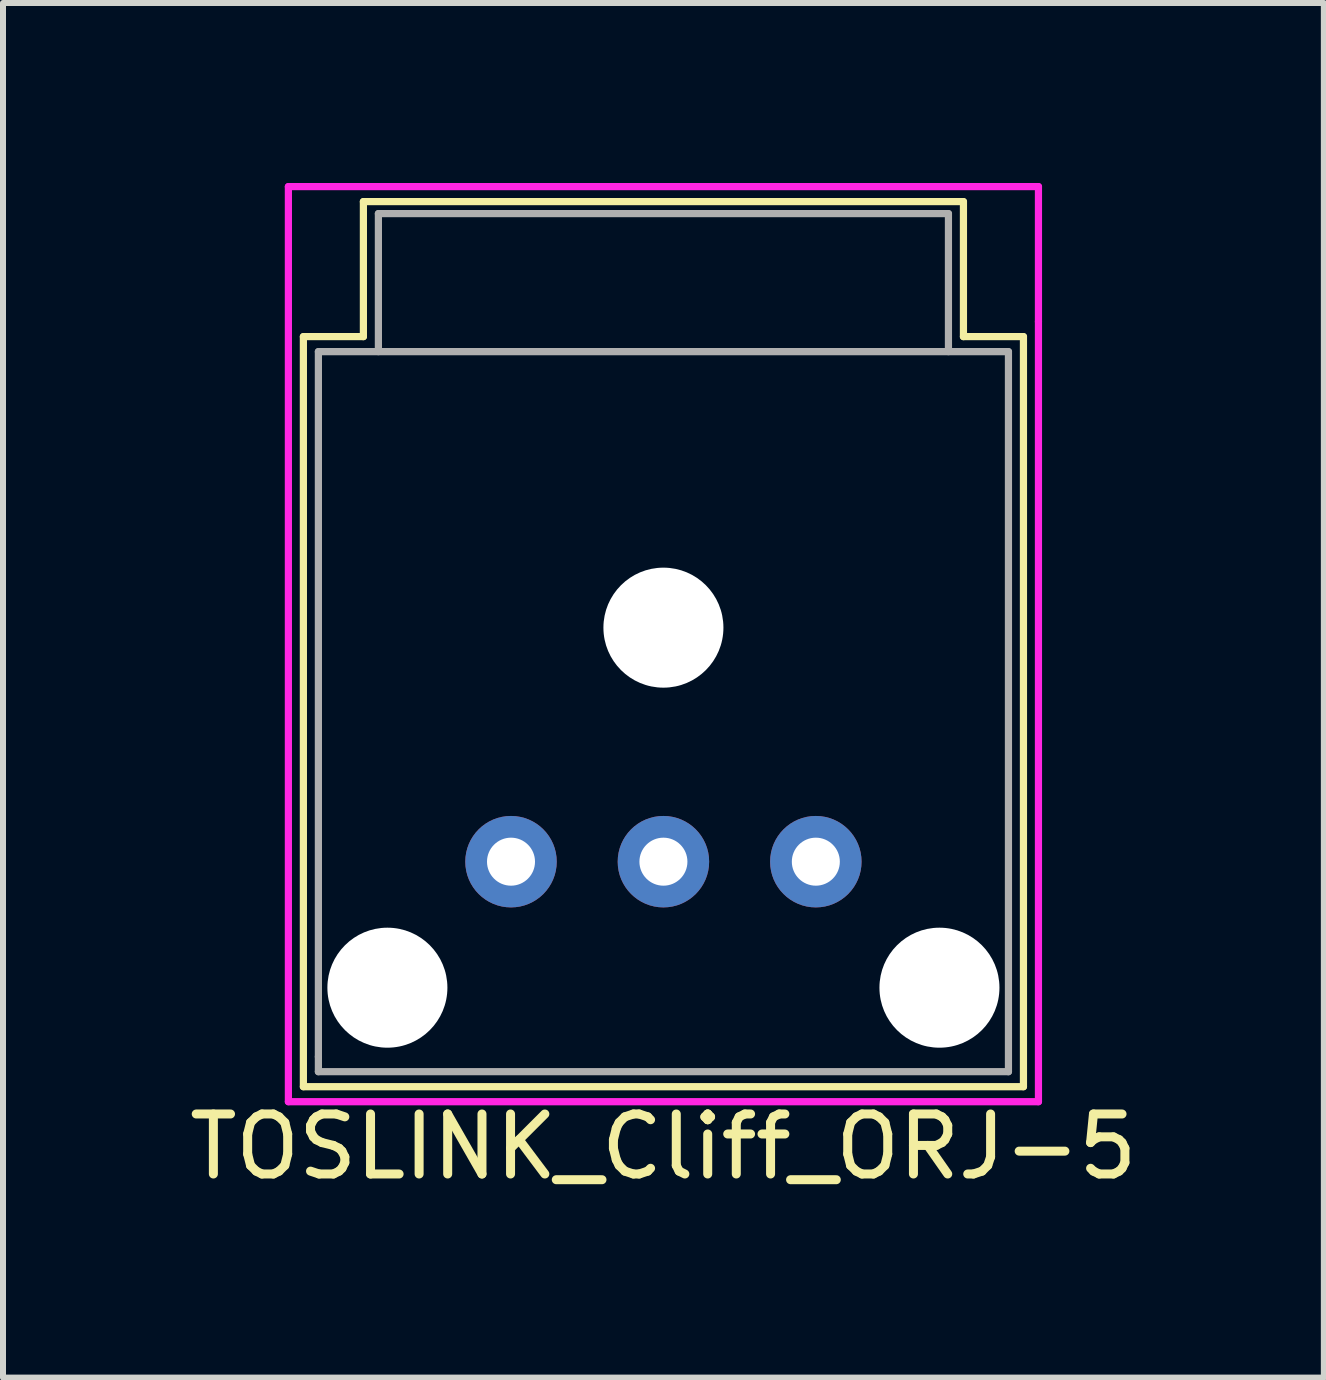
<source format=kicad_pcb>
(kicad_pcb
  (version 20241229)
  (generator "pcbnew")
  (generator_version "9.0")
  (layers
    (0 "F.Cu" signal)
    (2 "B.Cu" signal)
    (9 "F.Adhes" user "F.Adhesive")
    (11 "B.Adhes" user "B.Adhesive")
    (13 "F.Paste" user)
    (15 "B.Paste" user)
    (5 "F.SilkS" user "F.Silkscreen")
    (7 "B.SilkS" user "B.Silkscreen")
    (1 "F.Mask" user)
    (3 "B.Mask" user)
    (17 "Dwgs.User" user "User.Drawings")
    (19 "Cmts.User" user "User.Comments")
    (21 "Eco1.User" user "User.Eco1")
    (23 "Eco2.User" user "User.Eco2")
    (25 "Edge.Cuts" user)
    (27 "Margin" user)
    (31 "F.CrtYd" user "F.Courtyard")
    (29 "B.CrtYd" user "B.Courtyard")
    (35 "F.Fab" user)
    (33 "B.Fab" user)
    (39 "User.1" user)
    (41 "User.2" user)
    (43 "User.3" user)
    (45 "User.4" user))
  (footprint "TOSLINK_Cliff_ORJ-5"
    (layer "F.Cu")
    (at 8.006 11.31)
    (property "Reference" "TOSLINK_Cliff_ORJ-5" (at 0 4.75 0) (layer "F.SilkS") (effects (font (size 1 1) (thickness 0.15))))
    (attr through_hole)
    (fp_line (start -6 -8.75) (end -6 3.75) (stroke (width 0.12) (type solid)) (layer "F.SilkS"))
    (fp_line (start -6 3.75) (end 6 3.75) (stroke (width 0.12) (type solid)) (layer "F.SilkS"))
    (fp_line (start -5 -11) (end 5 -11) (stroke (width 0.12) (type solid)) (layer "F.SilkS"))
    (fp_line (start -5 -8.75) (end -6 -8.75) (stroke (width 0.12) (type solid)) (layer "F.SilkS"))
    (fp_line (start -5 -8.75) (end -5 -11) (stroke (width 0.12) (type solid)) (layer "F.SilkS"))
    (fp_line (start 5 -11) (end 5 -8.75) (stroke (width 0.12) (type solid)) (layer "F.SilkS"))
    (fp_line (start 6 -8.75) (end 5 -8.75) (stroke (width 0.12) (type solid)) (layer "F.SilkS"))
    (fp_line (start 6 3.75) (end 6 -8.75) (stroke (width 0.12) (type solid)) (layer "F.SilkS"))
    (fp_line (start -6.25 -11.25) (end -6.25 4) (stroke (width 0.12) (type solid)) (layer "F.CrtYd"))
    (fp_line (start -6.25 4) (end 6.25 4) (stroke (width 0.12) (type solid)) (layer "F.CrtYd"))
    (fp_line (start 6.25 -11.25) (end -6.25 -11.25) (stroke (width 0.12) (type solid)) (layer "F.CrtYd"))
    (fp_line (start 6.25 -9) (end 6.25 -11.25) (stroke (width 0.12) (type solid)) (layer "F.CrtYd"))
    (fp_line (start 6.25 4) (end 6.25 -9) (stroke (width 0.12) (type solid)) (layer "F.CrtYd"))
    (fp_line (start -5.75 -8.5) (end -5.75 3.25) (stroke (width 0.12) (type solid)) (layer "F.Fab"))
    (fp_line (start -5.75 -8.5) (end 5.75 -8.5) (stroke (width 0.12) (type solid)) (layer "F.Fab"))
    (fp_line (start -5.75 3.25) (end -5.75 3.5) (stroke (width 0.12) (type solid)) (layer "F.Fab"))
    (fp_line (start -5.75 3.5) (end 5.75 3.5) (stroke (width 0.12) (type solid)) (layer "F.Fab"))
    (fp_line (start -4.75 -10.8) (end 4.75 -10.8) (stroke (width 0.12) (type solid)) (layer "F.Fab"))
    (fp_line (start -4.75 -8.5) (end -4.75 -10.8) (stroke (width 0.12) (type solid)) (layer "F.Fab"))
    (fp_line (start 4.75 -10.8) (end 4.75 -8.5) (stroke (width 0.12) (type solid)) (layer "F.Fab"))
    (fp_line (start 5.75 -8.5) (end 5.75 3.5) (stroke (width 0.12) (type solid)) (layer "F.Fab"))
    (pad "" np_thru_hole circle (at -4.6 2.1 180) (size 2 2) (drill 2) (layers "*.Cu" "*.Mask"))
    (pad "" np_thru_hole circle (at 0 -3.9 180) (size 2 2) (drill 2) (layers "*.Cu" "*.Mask"))
    (pad "" np_thru_hole circle (at 4.6 2.1 180) (size 2 2) (drill 2) (layers "*.Cu" "*.Mask"))
    (pad "1" thru_hole circle (at -2.54 0 180) (size 1.524 1.524) (drill 0.8) (layers "*.Cu" "*.Mask"))
    (pad "2" thru_hole circle (at 0 0 180) (size 1.524 1.524) (drill 0.8) (layers "*.Cu" "*.Mask"))
    (pad "3" thru_hole circle (at 2.54 0 180) (size 1.524 1.524) (drill 0.8) (layers "*.Cu" "*.Mask")))
  (gr_rect
    (start -3 -3)
    (end 19.012 19.908)
    (stroke (width 0.1) (type default))
    (fill no)
    (layer "Edge.Cuts")))
</source>
